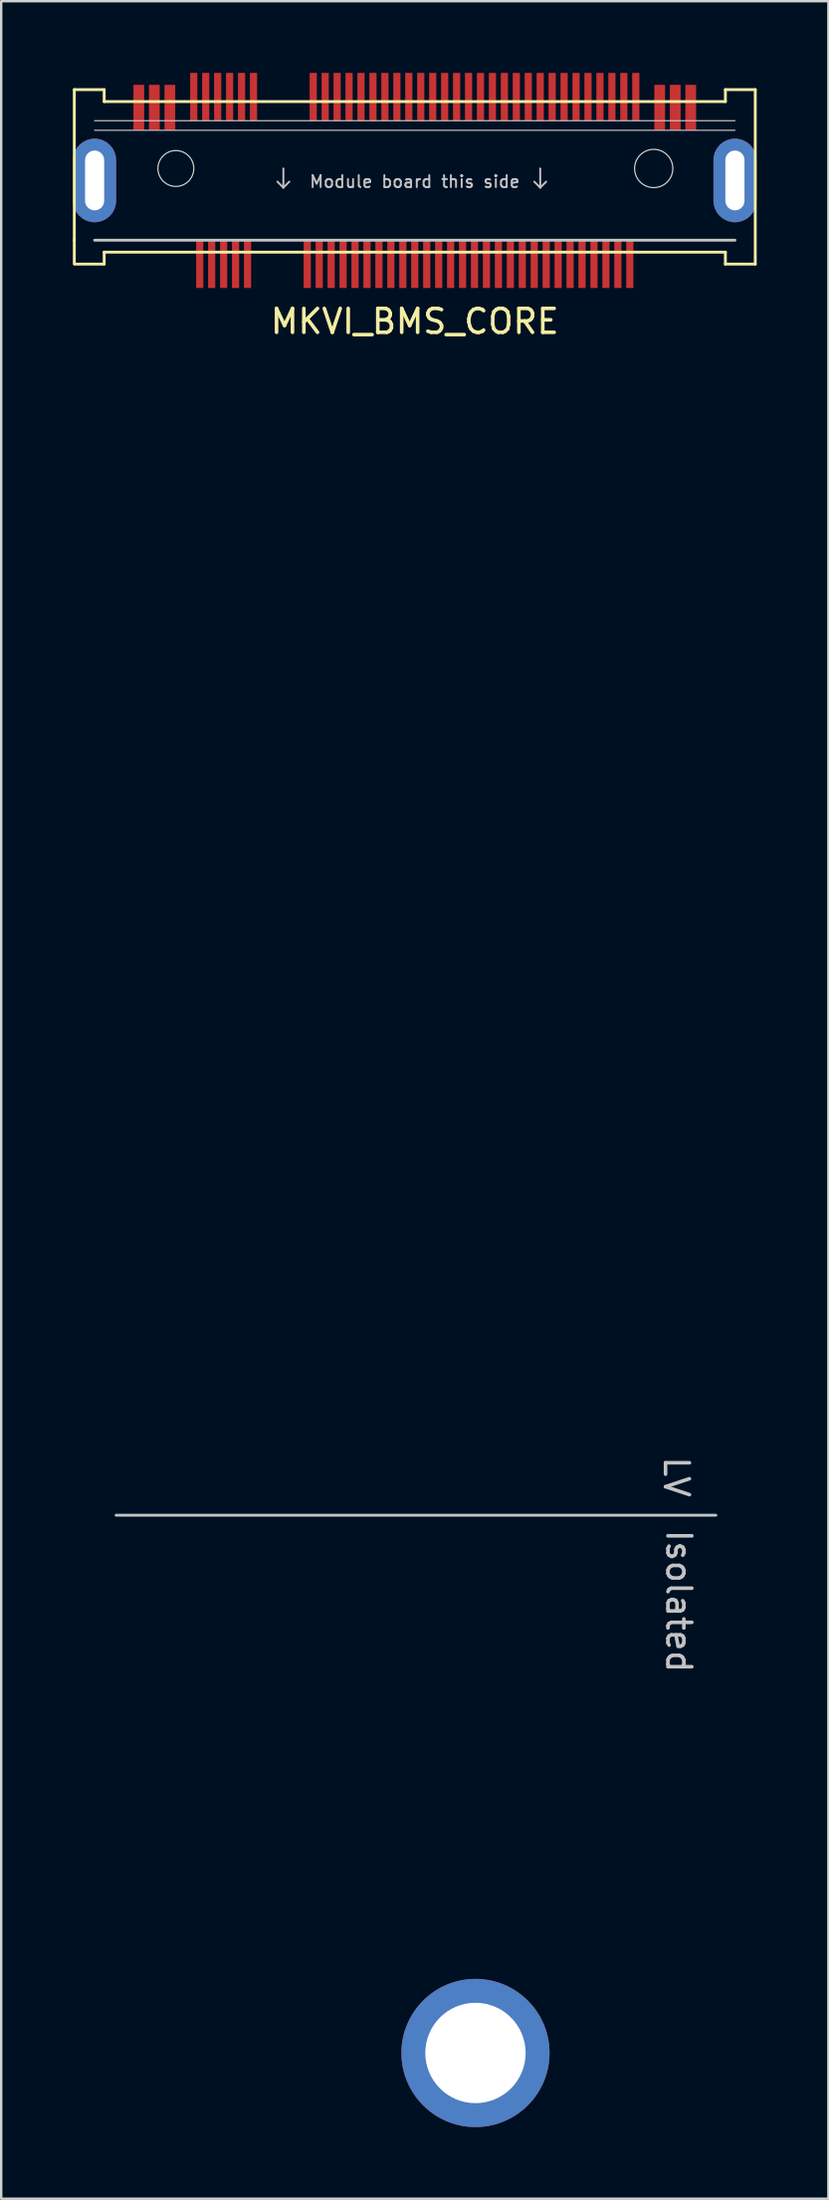
<source format=kicad_pcb>
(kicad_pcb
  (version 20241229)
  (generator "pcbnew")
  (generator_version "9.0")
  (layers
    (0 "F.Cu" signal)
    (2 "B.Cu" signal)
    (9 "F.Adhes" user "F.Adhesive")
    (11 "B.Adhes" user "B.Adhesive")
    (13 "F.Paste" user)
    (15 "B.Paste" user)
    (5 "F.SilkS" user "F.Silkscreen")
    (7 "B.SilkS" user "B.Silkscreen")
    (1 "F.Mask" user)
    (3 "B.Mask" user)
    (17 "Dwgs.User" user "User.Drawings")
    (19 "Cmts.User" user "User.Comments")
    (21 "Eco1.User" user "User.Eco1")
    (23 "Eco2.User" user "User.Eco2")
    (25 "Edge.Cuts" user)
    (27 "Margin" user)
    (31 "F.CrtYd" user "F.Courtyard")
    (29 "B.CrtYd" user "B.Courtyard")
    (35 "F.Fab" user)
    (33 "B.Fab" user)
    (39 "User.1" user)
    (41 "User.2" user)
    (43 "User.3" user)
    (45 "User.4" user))
  (footprint "MKVI_BMS_CORE"
    (layer "F.Cu")
    (at 14.31 4)
    (property "Reference" "MKVI_BMS_CORE" (at 0 6.4 0) (unlocked yes) (layer "F.SilkS") (effects (font (size 1 1) (thickness 0.15))))
    (attr smd)
    (fp_line (start -14.25 -3.3) (end -14.25 3) (stroke (width 0.12) (type solid)) (layer "F.SilkS"))
    (fp_line (start -14.25 3) (end -14.25 4) (stroke (width 0.12) (type solid)) (layer "F.SilkS"))
    (fp_line (start -14.2 4) (end -13 4) (stroke (width 0.12) (type solid)) (layer "F.SilkS"))
    (fp_line (start -13 -3.3) (end -14.25 -3.3) (stroke (width 0.12) (type solid)) (layer "F.SilkS"))
    (fp_line (start -13 -2.8) (end -13 -3.3) (stroke (width 0.12) (type solid)) (layer "F.SilkS"))
    (fp_line (start -13 3.5) (end 13 3.5) (stroke (width 0.12) (type solid)) (layer "F.SilkS"))
    (fp_line (start -13 4) (end -13 3.5) (stroke (width 0.12) (type solid)) (layer "F.SilkS"))
    (fp_line (start 13 -3.3) (end 13 -2.8) (stroke (width 0.12) (type solid)) (layer "F.SilkS"))
    (fp_line (start 13 -2.8) (end -13 -2.8) (stroke (width 0.12) (type solid)) (layer "F.SilkS"))
    (fp_line (start 13 3.5) (end 13 4) (stroke (width 0.12) (type solid)) (layer "F.SilkS"))
    (fp_line (start 13 4) (end 14.25 4) (stroke (width 0.12) (type solid)) (layer "F.SilkS"))
    (fp_line (start 14.25 -3.3) (end 13 -3.3) (stroke (width 0.12) (type solid)) (layer "F.SilkS"))
    (fp_line (start 14.25 4) (end 14.25 -3.3) (stroke (width 0.12) (type solid)) (layer "F.SilkS"))
    (fp_line (start -13.4 -2) (end 13.4 -2) (stroke (width 0.05) (type solid)) (layer "Dwgs.User"))
    (fp_line (start -13.4 -1.6) (end 13.4 -1.6) (stroke (width 0.05) (type solid)) (layer "Dwgs.User"))
    (fp_line (start -13.4 3) (end 13.4 3) (stroke (width 0.12) (type solid)) (layer "Dwgs.User"))
    (fp_line (start -12.5 56.35) (end 12.6 56.35) (stroke (width 0.12) (type solid)) (layer "Dwgs.User"))
    (fp_line (start -5.5 0) (end -5.5 0.8) (stroke (width 0.08) (type solid)) (layer "Dwgs.User"))
    (fp_line (start -5.5 0.8) (end -5.75 0.55) (stroke (width 0.08) (type solid)) (layer "Dwgs.User"))
    (fp_line (start -5.5 0.8) (end -5.25 0.55) (stroke (width 0.08) (type solid)) (layer "Dwgs.User"))
    (fp_line (start 5.25 0) (end 5.25 0.8) (stroke (width 0.08) (type solid)) (layer "Dwgs.User"))
    (fp_line (start 5.25 0.8) (end 5 0.55) (stroke (width 0.08) (type solid)) (layer "Dwgs.User"))
    (fp_line (start 5.25 0.8) (end 5.5 0.55) (stroke (width 0.08) (type solid)) (layer "Dwgs.User"))
    (fp_circle (center -10 0) (end -9.25 0) (stroke (width 0.05) (type solid)) (fill no) (layer "Edge.Cuts"))
    (fp_circle (center 10 0) (end 10.8 0) (stroke (width 0.05) (type solid)) (fill no) (layer "Edge.Cuts"))
    (fp_line (start -12.56 6.482) (end -12.546 6.447) (stroke (width 0.2) (type solid)) (layer "User.1"))
    (fp_line (start -12.549 77.364) (end -12.56 6.482) (stroke (width 0.2) (type solid)) (layer "User.1"))
    (fp_line (start -12.549 77.364) (end -12.549 77.364) (stroke (width 0.2) (type solid)) (layer "User.1"))
    (fp_line (start -12.549 77.364) (end -12.549 77.364) (stroke (width 0.2) (type solid)) (layer "User.1"))
    (fp_line (start -12.546 6.447) (end -12.535 6.443) (stroke (width 0.2) (type solid)) (layer "User.1"))
    (fp_line (start -12.535 0.182) (end -12.528 0.165) (stroke (width 0.2) (type solid)) (layer "User.1"))
    (fp_line (start -12.535 6.443) (end -12.535 0.182) (stroke (width 0.2) (type solid)) (layer "User.1"))
    (fp_line (start -12.533 77.586) (end -12.549 77.364) (stroke (width 0.2) (type solid)) (layer "User.1"))
    (fp_line (start -12.528 0.165) (end -12.328 -0.035) (stroke (width 0.2) (type solid)) (layer "User.1"))
    (fp_line (start -12.486 77.804) (end -12.533 77.586) (stroke (width 0.2) (type solid)) (layer "User.1"))
    (fp_line (start -12.485 0.193) (end -12.485 6.443) (stroke (width 0.2) (type solid)) (layer "User.1"))
    (fp_line (start -12.485 6.443) (end -12.475 6.447) (stroke (width 0.2) (type solid)) (layer "User.1"))
    (fp_line (start -12.475 6.447) (end -12.46 6.482) (stroke (width 0.2) (type solid)) (layer "User.1"))
    (fp_line (start -12.46 6.482) (end -12.449 77.364) (stroke (width 0.2) (type solid)) (layer "User.1"))
    (fp_line (start -12.453 77.373) (end -12.436 77.593) (stroke (width 0.2) (type solid)) (layer "User.1"))
    (fp_line (start -12.449 77.364) (end -12.453 77.373) (stroke (width 0.2) (type solid)) (layer "User.1"))
    (fp_line (start -12.449 77.364) (end -12.449 77.364) (stroke (width 0.2) (type solid)) (layer "User.1"))
    (fp_line (start -12.436 77.593) (end -12.382 77.817) (stroke (width 0.2) (type solid)) (layer "User.1"))
    (fp_line (start -12.407 78.013) (end -12.486 77.804) (stroke (width 0.2) (type solid)) (layer "User.1"))
    (fp_line (start -12.382 77.817) (end -12.293 78.03) (stroke (width 0.2) (type solid)) (layer "User.1"))
    (fp_line (start -12.328 -0.035) (end -12.328 -0.035) (stroke (width 0.2) (type solid)) (layer "User.1"))
    (fp_line (start -12.328 -0.035) (end -12.328 -0.035) (stroke (width 0.2) (type solid)) (layer "User.1"))
    (fp_line (start -12.328 -0.035) (end -12.31 -0.043) (stroke (width 0.2) (type solid)) (layer "User.1"))
    (fp_line (start -12.31 -0.043) (end -12.31 -0.043) (stroke (width 0.2) (type solid)) (layer "User.1"))
    (fp_line (start -12.31 -0.043) (end -6.385 -0.043) (stroke (width 0.2) (type solid)) (layer "User.1"))
    (fp_line (start -12.301 78.208) (end -12.407 78.013) (stroke (width 0.2) (type solid)) (layer "User.1"))
    (fp_line (start -12.3 0.007) (end -12.485 0.193) (stroke (width 0.2) (type solid)) (layer "User.1"))
    (fp_line (start -12.293 78.03) (end -12.173 78.226) (stroke (width 0.2) (type solid)) (layer "User.1"))
    (fp_line (start -12.173 78.226) (end -12.023 78.401) (stroke (width 0.2) (type solid)) (layer "User.1"))
    (fp_line (start -12.167 78.387) (end -12.301 78.208) (stroke (width 0.2) (type solid)) (layer "User.1"))
    (fp_line (start -12.023 78.401) (end -11.848 78.55) (stroke (width 0.2) (type solid)) (layer "User.1"))
    (fp_line (start -12.009 78.544) (end -12.167 78.387) (stroke (width 0.2) (type solid)) (layer "User.1"))
    (fp_line (start -11.848 78.55) (end -11.652 78.67) (stroke (width 0.2) (type solid)) (layer "User.1"))
    (fp_line (start -11.831 78.678) (end -12.009 78.544) (stroke (width 0.2) (type solid)) (layer "User.1"))
    (fp_line (start -11.652 78.67) (end -11.439 78.758) (stroke (width 0.2) (type solid)) (layer "User.1"))
    (fp_line (start -11.635 78.784) (end -11.831 78.678) (stroke (width 0.2) (type solid)) (layer "User.1"))
    (fp_line (start -11.439 78.758) (end -11.215 78.812) (stroke (width 0.2) (type solid)) (layer "User.1"))
    (fp_line (start -11.426 78.862) (end -11.635 78.784) (stroke (width 0.2) (type solid)) (layer "User.1"))
    (fp_line (start -11.215 78.812) (end -10.995 78.829) (stroke (width 0.2) (type solid)) (layer "User.1"))
    (fp_line (start -11.208 78.909) (end -11.426 78.862) (stroke (width 0.2) (type solid)) (layer "User.1"))
    (fp_line (start -10.995 78.829) (end -10.986 78.825) (stroke (width 0.2) (type solid)) (layer "User.1"))
    (fp_line (start -10.986 78.825) (end -10.986 78.825) (stroke (width 0.2) (type solid)) (layer "User.1"))
    (fp_line (start -10.986 78.825) (end -10.986 78.825) (stroke (width 0.2) (type solid)) (layer "User.1"))
    (fp_line (start -10.986 78.825) (end 11.113 78.825) (stroke (width 0.2) (type solid)) (layer "User.1"))
    (fp_line (start -10.986 78.925) (end -11.208 78.909) (stroke (width 0.2) (type solid)) (layer "User.1"))
    (fp_line (start -10.986 78.925) (end -10.986 78.925) (stroke (width 0.2) (type solid)) (layer "User.1"))
    (fp_line (start -8.682 57.321) (end -8.666 57.139) (stroke (width 0.2) (type solid)) (layer "User.1"))
    (fp_line (start -8.682 66.321) (end -8.682 57.321) (stroke (width 0.2) (type solid)) (layer "User.1"))
    (fp_line (start -8.666 57.139) (end -8.619 56.962) (stroke (width 0.2) (type solid)) (layer "User.1"))
    (fp_line (start -8.666 66.503) (end -8.682 66.321) (stroke (width 0.2) (type solid)) (layer "User.1"))
    (fp_line (start -8.619 56.962) (end -8.542 56.796) (stroke (width 0.2) (type solid)) (layer "User.1"))
    (fp_line (start -8.619 66.68) (end -8.666 66.503) (stroke (width 0.2) (type solid)) (layer "User.1"))
    (fp_line (start -8.585 57.314) (end -8.582 57.321) (stroke (width 0.2) (type solid)) (layer "User.1"))
    (fp_line (start -8.585 66.328) (end -8.571 66.487) (stroke (width 0.2) (type solid)) (layer "User.1"))
    (fp_line (start -8.582 57.321) (end -8.582 66.321) (stroke (width 0.2) (type solid)) (layer "User.1"))
    (fp_line (start -8.582 66.321) (end -8.585 66.328) (stroke (width 0.2) (type solid)) (layer "User.1"))
    (fp_line (start -8.571 57.155) (end -8.585 57.314) (stroke (width 0.2) (type solid)) (layer "User.1"))
    (fp_line (start -8.571 66.487) (end -8.528 66.647) (stroke (width 0.2) (type solid)) (layer "User.1"))
    (fp_line (start -8.542 56.796) (end -8.437 56.646) (stroke (width 0.2) (type solid)) (layer "User.1"))
    (fp_line (start -8.542 66.846) (end -8.619 66.68) (stroke (width 0.2) (type solid)) (layer "User.1"))
    (fp_line (start -8.528 56.995) (end -8.571 57.155) (stroke (width 0.2) (type solid)) (layer "User.1"))
    (fp_line (start -8.528 66.647) (end -8.458 66.798) (stroke (width 0.2) (type solid)) (layer "User.1"))
    (fp_line (start -8.458 56.844) (end -8.528 56.995) (stroke (width 0.2) (type solid)) (layer "User.1"))
    (fp_line (start -8.458 66.798) (end -8.363 66.934) (stroke (width 0.2) (type solid)) (layer "User.1"))
    (fp_line (start -8.437 56.646) (end -8.307 56.517) (stroke (width 0.2) (type solid)) (layer "User.1"))
    (fp_line (start -8.437 66.996) (end -8.542 66.846) (stroke (width 0.2) (type solid)) (layer "User.1"))
    (fp_line (start -8.363 56.708) (end -8.458 56.844) (stroke (width 0.2) (type solid)) (layer "User.1"))
    (fp_line (start -8.363 66.934) (end -8.245 67.051) (stroke (width 0.2) (type solid)) (layer "User.1"))
    (fp_line (start -8.307 56.517) (end -8.157 56.412) (stroke (width 0.2) (type solid)) (layer "User.1"))
    (fp_line (start -8.307 67.125) (end -8.437 66.996) (stroke (width 0.2) (type solid)) (layer "User.1"))
    (fp_line (start -8.245 56.59) (end -8.363 56.708) (stroke (width 0.2) (type solid)) (layer "User.1"))
    (fp_line (start -8.245 67.051) (end -8.109 67.147) (stroke (width 0.2) (type solid)) (layer "User.1"))
    (fp_line (start -8.157 56.412) (end -7.991 56.334) (stroke (width 0.2) (type solid)) (layer "User.1"))
    (fp_line (start -8.157 67.23) (end -8.307 67.125) (stroke (width 0.2) (type solid)) (layer "User.1"))
    (fp_line (start -8.109 56.495) (end -8.245 56.59) (stroke (width 0.2) (type solid)) (layer "User.1"))
    (fp_line (start -8.109 67.147) (end -7.958 67.217) (stroke (width 0.2) (type solid)) (layer "User.1"))
    (fp_line (start -7.991 56.334) (end -7.815 56.287) (stroke (width 0.2) (type solid)) (layer "User.1"))
    (fp_line (start -7.991 67.308) (end -8.157 67.23) (stroke (width 0.2) (type solid)) (layer "User.1"))
    (fp_line (start -7.958 56.425) (end -8.109 56.495) (stroke (width 0.2) (type solid)) (layer "User.1"))
    (fp_line (start -7.958 67.217) (end -7.798 67.26) (stroke (width 0.2) (type solid)) (layer "User.1"))
    (fp_line (start -7.815 56.287) (end -7.632 56.271) (stroke (width 0.2) (type solid)) (layer "User.1"))
    (fp_line (start -7.815 67.355) (end -7.991 67.308) (stroke (width 0.2) (type solid)) (layer "User.1"))
    (fp_line (start -7.798 56.382) (end -7.958 56.425) (stroke (width 0.2) (type solid)) (layer "User.1"))
    (fp_line (start -7.798 67.26) (end -7.639 67.274) (stroke (width 0.2) (type solid)) (layer "User.1"))
    (fp_line (start -7.639 56.368) (end -7.798 56.382) (stroke (width 0.2) (type solid)) (layer "User.1"))
    (fp_line (start -7.639 67.274) (end -7.632 67.271) (stroke (width 0.2) (type solid)) (layer "User.1"))
    (fp_line (start -7.632 56.271) (end 8.068 56.271) (stroke (width 0.2) (type solid)) (layer "User.1"))
    (fp_line (start -7.632 56.371) (end -7.639 56.368) (stroke (width 0.2) (type solid)) (layer "User.1"))
    (fp_line (start -7.632 67.271) (end 8.068 67.271) (stroke (width 0.2) (type solid)) (layer "User.1"))
    (fp_line (start -7.632 67.371) (end -7.815 67.355) (stroke (width 0.2) (type solid)) (layer "User.1"))
    (fp_line (start -6.396 0.007) (end -12.3 0.007) (stroke (width 0.2) (type solid)) (layer "User.1"))
    (fp_line (start -6.385 -0.043) (end -6.385 -0.043) (stroke (width 0.2) (type solid)) (layer "User.1"))
    (fp_line (start -6.385 -0.043) (end -6.373 -0.038) (stroke (width 0.2) (type solid)) (layer "User.1"))
    (fp_line (start -6.373 -0.038) (end -6.368 -0.035) (stroke (width 0.2) (type solid)) (layer "User.1"))
    (fp_line (start -6.368 -0.035) (end -6.368 -0.035) (stroke (width 0.2) (type solid)) (layer "User.1"))
    (fp_line (start -6.368 -0.035) (end -6.168 0.165) (stroke (width 0.2) (type solid)) (layer "User.1"))
    (fp_line (start -6.21 0.193) (end -6.396 0.007) (stroke (width 0.2) (type solid)) (layer "User.1"))
    (fp_line (start -6.21 2.882) (end -6.21 0.193) (stroke (width 0.2) (type solid)) (layer "User.1"))
    (fp_line (start -6.192 3.032) (end -6.21 2.882) (stroke (width 0.2) (type solid)) (layer "User.1"))
    (fp_line (start -6.168 0.165) (end -6.16 0.182) (stroke (width 0.2) (type solid)) (layer "User.1"))
    (fp_line (start -6.164 2.89) (end -6.148 3.021) (stroke (width 0.2) (type solid)) (layer "User.1"))
    (fp_line (start -6.16 0.182) (end -6.16 2.882) (stroke (width 0.2) (type solid)) (layer "User.1"))
    (fp_line (start -6.16 2.882) (end -6.164 2.89) (stroke (width 0.2) (type solid)) (layer "User.1"))
    (fp_line (start -6.148 3.021) (end -6.098 3.152) (stroke (width 0.2) (type solid)) (layer "User.1"))
    (fp_line (start -6.139 3.173) (end -6.192 3.032) (stroke (width 0.2) (type solid)) (layer "User.1"))
    (fp_line (start -6.098 3.152) (end -6.019 3.266) (stroke (width 0.2) (type solid)) (layer "User.1"))
    (fp_line (start -6.053 3.297) (end -6.139 3.173) (stroke (width 0.2) (type solid)) (layer "User.1"))
    (fp_line (start -6.019 3.266) (end -5.914 3.359) (stroke (width 0.2) (type solid)) (layer "User.1"))
    (fp_line (start -5.94 3.397) (end -6.053 3.297) (stroke (width 0.2) (type solid)) (layer "User.1"))
    (fp_line (start -5.914 3.359) (end -5.791 3.424) (stroke (width 0.2) (type solid)) (layer "User.1"))
    (fp_line (start -5.807 3.467) (end -5.94 3.397) (stroke (width 0.2) (type solid)) (layer "User.1"))
    (fp_line (start -5.791 3.424) (end -5.655 3.457) (stroke (width 0.2) (type solid)) (layer "User.1"))
    (fp_line (start -5.661 3.503) (end -5.807 3.467) (stroke (width 0.2) (type solid)) (layer "User.1"))
    (fp_line (start -5.655 3.457) (end -5.515 3.457) (stroke (width 0.2) (type solid)) (layer "User.1"))
    (fp_line (start -5.515 3.457) (end -5.38 3.424) (stroke (width 0.2) (type solid)) (layer "User.1"))
    (fp_line (start -5.51 3.503) (end -5.661 3.503) (stroke (width 0.2) (type solid)) (layer "User.1"))
    (fp_line (start -5.38 3.424) (end -5.256 3.359) (stroke (width 0.2) (type solid)) (layer "User.1"))
    (fp_line (start -5.364 3.467) (end -5.51 3.503) (stroke (width 0.2) (type solid)) (layer "User.1"))
    (fp_line (start -5.256 3.359) (end -5.152 3.266) (stroke (width 0.2) (type solid)) (layer "User.1"))
    (fp_line (start -5.23 3.397) (end -5.364 3.467) (stroke (width 0.2) (type solid)) (layer "User.1"))
    (fp_line (start -5.152 3.266) (end -5.072 3.152) (stroke (width 0.2) (type solid)) (layer "User.1"))
    (fp_line (start -5.117 3.297) (end -5.23 3.397) (stroke (width 0.2) (type solid)) (layer "User.1"))
    (fp_line (start -5.072 3.152) (end -5.023 3.021) (stroke (width 0.2) (type solid)) (layer "User.1"))
    (fp_line (start -5.032 3.173) (end -5.117 3.297) (stroke (width 0.2) (type solid)) (layer "User.1"))
    (fp_line (start -5.023 3.021) (end -5.007 2.89) (stroke (width 0.2) (type solid)) (layer "User.1"))
    (fp_line (start -5.01 0.182) (end -5.003 0.165) (stroke (width 0.2) (type solid)) (layer "User.1"))
    (fp_line (start -5.01 2.882) (end -5.01 0.182) (stroke (width 0.2) (type solid)) (layer "User.1"))
    (fp_line (start -5.007 2.89) (end -5.01 2.882) (stroke (width 0.2) (type solid)) (layer "User.1"))
    (fp_line (start -5.003 0.165) (end -4.803 -0.035) (stroke (width 0.2) (type solid)) (layer "User.1"))
    (fp_line (start -4.978 3.032) (end -5.032 3.173) (stroke (width 0.2) (type solid)) (layer "User.1"))
    (fp_line (start -4.96 0.193) (end -4.96 2.882) (stroke (width 0.2) (type solid)) (layer "User.1"))
    (fp_line (start -4.96 2.882) (end -4.978 3.032) (stroke (width 0.2) (type solid)) (layer "User.1"))
    (fp_line (start -4.803 -0.035) (end -4.803 -0.035) (stroke (width 0.2) (type solid)) (layer "User.1"))
    (fp_line (start -4.803 -0.035) (end -4.803 -0.035) (stroke (width 0.2) (type solid)) (layer "User.1"))
    (fp_line (start -4.803 -0.035) (end -4.785 -0.043) (stroke (width 0.2) (type solid)) (layer "User.1"))
    (fp_line (start -4.785 -0.043) (end -4.785 -0.043) (stroke (width 0.2) (type solid)) (layer "User.1"))
    (fp_line (start -4.785 -0.043) (end 12.39 -0.043) (stroke (width 0.2) (type solid)) (layer "User.1"))
    (fp_line (start -4.775 0.007) (end -4.96 0.193) (stroke (width 0.2) (type solid)) (layer "User.1"))
    (fp_line (start 8.068 56.271) (end 8.25 56.287) (stroke (width 0.2) (type solid)) (layer "User.1"))
    (fp_line (start 8.068 56.371) (end -7.632 56.371) (stroke (width 0.2) (type solid)) (layer "User.1"))
    (fp_line (start 8.068 67.271) (end 8.075 67.274) (stroke (width 0.2) (type solid)) (layer "User.1"))
    (fp_line (start 8.068 67.371) (end -7.632 67.371) (stroke (width 0.2) (type solid)) (layer "User.1"))
    (fp_line (start 8.075 56.368) (end 8.068 56.371) (stroke (width 0.2) (type solid)) (layer "User.1"))
    (fp_line (start 8.075 67.274) (end 8.233 67.26) (stroke (width 0.2) (type solid)) (layer "User.1"))
    (fp_line (start 8.233 56.382) (end 8.075 56.368) (stroke (width 0.2) (type solid)) (layer "User.1"))
    (fp_line (start 8.233 67.26) (end 8.394 67.217) (stroke (width 0.2) (type solid)) (layer "User.1"))
    (fp_line (start 8.25 56.287) (end 8.427 56.334) (stroke (width 0.2) (type solid)) (layer "User.1"))
    (fp_line (start 8.25 67.355) (end 8.068 67.371) (stroke (width 0.2) (type solid)) (layer "User.1"))
    (fp_line (start 8.394 56.425) (end 8.233 56.382) (stroke (width 0.2) (type solid)) (layer "User.1"))
    (fp_line (start 8.394 67.217) (end 8.545 67.147) (stroke (width 0.2) (type solid)) (layer "User.1"))
    (fp_line (start 8.427 56.334) (end 8.593 56.412) (stroke (width 0.2) (type solid)) (layer "User.1"))
    (fp_line (start 8.427 67.308) (end 8.25 67.355) (stroke (width 0.2) (type solid)) (layer "User.1"))
    (fp_line (start 8.545 56.495) (end 8.394 56.425) (stroke (width 0.2) (type solid)) (layer "User.1"))
    (fp_line (start 8.545 67.147) (end 8.681 67.051) (stroke (width 0.2) (type solid)) (layer "User.1"))
    (fp_line (start 8.593 56.412) (end 8.743 56.517) (stroke (width 0.2) (type solid)) (layer "User.1"))
    (fp_line (start 8.593 67.23) (end 8.427 67.308) (stroke (width 0.2) (type solid)) (layer "User.1"))
    (fp_line (start 8.681 56.59) (end 8.545 56.495) (stroke (width 0.2) (type solid)) (layer "User.1"))
    (fp_line (start 8.681 67.051) (end 8.798 66.934) (stroke (width 0.2) (type solid)) (layer "User.1"))
    (fp_line (start 8.743 56.517) (end 8.872 56.646) (stroke (width 0.2) (type solid)) (layer "User.1"))
    (fp_line (start 8.743 67.125) (end 8.593 67.23) (stroke (width 0.2) (type solid)) (layer "User.1"))
    (fp_line (start 8.798 56.708) (end 8.681 56.59) (stroke (width 0.2) (type solid)) (layer "User.1"))
    (fp_line (start 8.798 66.934) (end 8.894 66.798) (stroke (width 0.2) (type solid)) (layer "User.1"))
    (fp_line (start 8.872 56.646) (end 8.977 56.796) (stroke (width 0.2) (type solid)) (layer "User.1"))
    (fp_line (start 8.872 66.996) (end 8.743 67.125) (stroke (width 0.2) (type solid)) (layer "User.1"))
    (fp_line (start 8.894 56.844) (end 8.798 56.708) (stroke (width 0.2) (type solid)) (layer "User.1"))
    (fp_line (start 8.894 66.798) (end 8.964 66.647) (stroke (width 0.2) (type solid)) (layer "User.1"))
    (fp_line (start 8.964 56.995) (end 8.894 56.844) (stroke (width 0.2) (type solid)) (layer "User.1"))
    (fp_line (start 8.964 66.647) (end 9.007 66.487) (stroke (width 0.2) (type solid)) (layer "User.1"))
    (fp_line (start 8.977 56.796) (end 9.055 56.962) (stroke (width 0.2) (type solid)) (layer "User.1"))
    (fp_line (start 8.977 66.846) (end 8.872 66.996) (stroke (width 0.2) (type solid)) (layer "User.1"))
    (fp_line (start 9.007 57.155) (end 8.964 56.995) (stroke (width 0.2) (type solid)) (layer "User.1"))
    (fp_line (start 9.007 66.487) (end 9.021 66.328) (stroke (width 0.2) (type solid)) (layer "User.1"))
    (fp_line (start 9.018 57.321) (end 9.021 57.314) (stroke (width 0.2) (type solid)) (layer "User.1"))
    (fp_line (start 9.018 66.321) (end 9.018 57.321) (stroke (width 0.2) (type solid)) (layer "User.1"))
    (fp_line (start 9.021 57.314) (end 9.007 57.155) (stroke (width 0.2) (type solid)) (layer "User.1"))
    (fp_line (start 9.021 66.328) (end 9.018 66.321) (stroke (width 0.2) (type solid)) (layer "User.1"))
    (fp_line (start 9.055 56.962) (end 9.102 57.139) (stroke (width 0.2) (type solid)) (layer "User.1"))
    (fp_line (start 9.055 66.68) (end 8.977 66.846) (stroke (width 0.2) (type solid)) (layer "User.1"))
    (fp_line (start 9.102 57.139) (end 9.118 57.321) (stroke (width 0.2) (type solid)) (layer "User.1"))
    (fp_line (start 9.102 66.503) (end 9.055 66.68) (stroke (width 0.2) (type solid)) (layer "User.1"))
    (fp_line (start 9.118 57.321) (end 9.118 66.321) (stroke (width 0.2) (type solid)) (layer "User.1"))
    (fp_line (start 9.118 66.321) (end 9.102 66.503) (stroke (width 0.2) (type solid)) (layer "User.1"))
    (fp_line (start 11.113 78.825) (end 11.121 78.829) (stroke (width 0.2) (type solid)) (layer "User.1"))
    (fp_line (start 11.113 78.925) (end -10.986 78.925) (stroke (width 0.2) (type solid)) (layer "User.1"))
    (fp_line (start 11.113 78.925) (end 11.113 78.925) (stroke (width 0.2) (type solid)) (layer "User.1"))
    (fp_line (start 11.113 78.925) (end 11.113 78.925) (stroke (width 0.2) (type solid)) (layer "User.1"))
    (fp_line (start 11.113 78.925) (end 11.113 78.925) (stroke (width 0.2) (type solid)) (layer "User.1"))
    (fp_line (start 11.121 78.829) (end 11.34 78.809) (stroke (width 0.2) (type solid)) (layer "User.1"))
    (fp_line (start 11.334 78.906) (end 11.113 78.925) (stroke (width 0.2) (type solid)) (layer "User.1"))
    (fp_line (start 11.34 78.809) (end 11.563 78.753) (stroke (width 0.2) (type solid)) (layer "User.1"))
    (fp_line (start 11.551 78.857) (end 11.334 78.906) (stroke (width 0.2) (type solid)) (layer "User.1"))
    (fp_line (start 11.563 78.753) (end 11.773 78.662) (stroke (width 0.2) (type solid)) (layer "User.1"))
    (fp_line (start 11.758 78.777) (end 11.551 78.857) (stroke (width 0.2) (type solid)) (layer "User.1"))
    (fp_line (start 11.773 78.662) (end 11.967 78.54) (stroke (width 0.2) (type solid)) (layer "User.1"))
    (fp_line (start 11.952 78.668) (end 11.758 78.777) (stroke (width 0.2) (type solid)) (layer "User.1"))
    (fp_line (start 11.967 78.54) (end 12.14 78.389) (stroke (width 0.2) (type solid)) (layer "User.1"))
    (fp_line (start 12.128 78.533) (end 11.952 78.668) (stroke (width 0.2) (type solid)) (layer "User.1"))
    (fp_line (start 12.14 78.389) (end 12.286 78.213) (stroke (width 0.2) (type solid)) (layer "User.1"))
    (fp_line (start 12.283 78.374) (end 12.128 78.533) (stroke (width 0.2) (type solid)) (layer "User.1"))
    (fp_line (start 12.286 78.213) (end 12.404 78.016) (stroke (width 0.2) (type solid)) (layer "User.1"))
    (fp_line (start 12.379 0.007) (end -4.775 0.007) (stroke (width 0.2) (type solid)) (layer "User.1"))
    (fp_line (start 12.39 -0.043) (end 12.39 -0.043) (stroke (width 0.2) (type solid)) (layer "User.1"))
    (fp_line (start 12.39 -0.043) (end 12.402 -0.038) (stroke (width 0.2) (type solid)) (layer "User.1"))
    (fp_line (start 12.402 -0.038) (end 12.407 -0.035) (stroke (width 0.2) (type solid)) (layer "User.1"))
    (fp_line (start 12.404 78.016) (end 12.489 77.804) (stroke (width 0.2) (type solid)) (layer "User.1"))
    (fp_line (start 12.407 -0.035) (end 12.407 -0.035) (stroke (width 0.2) (type solid)) (layer "User.1"))
    (fp_line (start 12.407 -0.035) (end 12.607 0.165) (stroke (width 0.2) (type solid)) (layer "User.1"))
    (fp_line (start 12.414 78.195) (end 12.283 78.374) (stroke (width 0.2) (type solid)) (layer "User.1"))
    (fp_line (start 12.489 77.804) (end 12.54 77.58) (stroke (width 0.2) (type solid)) (layer "User.1"))
    (fp_line (start 12.518 77.998) (end 12.414 78.195) (stroke (width 0.2) (type solid)) (layer "User.1"))
    (fp_line (start 12.54 6.482) (end 12.554 6.447) (stroke (width 0.2) (type solid)) (layer "User.1"))
    (fp_line (start 12.54 77.58) (end 12.555 77.361) (stroke (width 0.2) (type solid)) (layer "User.1"))
    (fp_line (start 12.551 77.351) (end 12.54 6.482) (stroke (width 0.2) (type solid)) (layer "User.1"))
    (fp_line (start 12.551 77.351) (end 12.551 77.351) (stroke (width 0.2) (type solid)) (layer "User.1"))
    (fp_line (start 12.551 77.352) (end 12.551 77.351) (stroke (width 0.2) (type solid)) (layer "User.1"))
    (fp_line (start 12.554 6.447) (end 12.565 6.443) (stroke (width 0.2) (type solid)) (layer "User.1"))
    (fp_line (start 12.555 77.361) (end 12.551 77.352) (stroke (width 0.2) (type solid)) (layer "User.1"))
    (fp_line (start 12.565 0.193) (end 12.379 0.007) (stroke (width 0.2) (type solid)) (layer "User.1"))
    (fp_line (start 12.565 6.443) (end 12.565 0.193) (stroke (width 0.2) (type solid)) (layer "User.1"))
    (fp_line (start 12.593 77.79) (end 12.518 77.998) (stroke (width 0.2) (type solid)) (layer "User.1"))
    (fp_line (start 12.607 0.165) (end 12.615 0.182) (stroke (width 0.2) (type solid)) (layer "User.1"))
    (fp_line (start 12.615 0.182) (end 12.615 6.443) (stroke (width 0.2) (type solid)) (layer "User.1"))
    (fp_line (start 12.615 6.443) (end 12.625 6.447) (stroke (width 0.2) (type solid)) (layer "User.1"))
    (fp_line (start 12.625 6.447) (end 12.64 6.482) (stroke (width 0.2) (type solid)) (layer "User.1"))
    (fp_line (start 12.637 77.572) (end 12.593 77.79) (stroke (width 0.2) (type solid)) (layer "User.1"))
    (fp_line (start 12.64 6.482) (end 12.651 77.351) (stroke (width 0.2) (type solid)) (layer "User.1"))
    (fp_line (start 12.651 77.351) (end 12.651 77.351) (stroke (width 0.2) (type solid)) (layer "User.1"))
    (fp_line (start 12.651 77.351) (end 12.637 77.572) (stroke (width 0.2) (type solid)) (layer "User.1"))
    (fp_text user "Module board this side" (at 0 0.55 0) (unlocked yes) (layer "Dwgs.User") (effects (font (size 0.5 0.5) (thickness 0.08))))
    (fp_text user "LV" (at 10.95 54.75 270) (unlocked yes) (layer "Dwgs.User") (effects (font (size 1 1) (thickness 0.15))))
    (fp_text user "Isolated" (at 11.05 59.95 270) (unlocked yes) (layer "Dwgs.User") (effects (font (size 1 1) (thickness 0.15))))
    (pad "1" thru_hole circle (at 2.54 78.85) (size 6.2 6.2) (drill 4.2) (layers "*.Cu" "F.Mask" "F.Paste"))
    (pad "4" smd rect (at -9.25 -3) (size 0.3 2) (layers "F.Cu" "F.Mask" "F.Paste"))
    (pad "5" smd rect (at -8.75 -3) (size 0.3 2) (layers "F.Cu" "F.Mask" "F.Paste"))
    (pad "6" smd rect (at -8.25 -3) (size 0.3 2) (layers "F.Cu" "F.Mask" "F.Paste"))
    (pad "7" smd rect (at -7.75 -3) (size 0.3 2) (layers "F.Cu" "F.Mask" "F.Paste"))
    (pad "8" smd rect (at -7.25 -3) (size 0.3 2) (layers "F.Cu" "F.Mask" "F.Paste"))
    (pad "9" smd rect (at -6.75 -3) (size 0.3 2) (layers "F.Cu" "F.Mask" "F.Paste"))
    (pad "10" smd rect (at -4.25 -3) (size 0.3 2) (layers "F.Cu" "F.Mask" "F.Paste"))
    (pad "11" smd rect (at -3.75 -3) (size 0.3 2) (layers "F.Cu" "F.Mask" "F.Paste"))
    (pad "12" smd rect (at -3.25 -3) (size 0.3 2) (layers "F.Cu" "F.Mask" "F.Paste"))
    (pad "13" smd rect (at -2.75 -3) (size 0.3 2) (layers "F.Cu" "F.Mask" "F.Paste"))
    (pad "14" smd rect (at -2.25 -3) (size 0.3 2) (layers "F.Cu" "F.Mask" "F.Paste"))
    (pad "15" smd rect (at -1.75 -3) (size 0.3 2) (layers "F.Cu" "F.Mask" "F.Paste"))
    (pad "16" smd rect (at -1.25 -3) (size 0.3 2) (layers "F.Cu" "F.Mask" "F.Paste"))
    (pad "17" smd rect (at -0.75 -3) (size 0.3 2) (layers "F.Cu" "F.Mask" "F.Paste"))
    (pad "18" smd rect (at -0.25 -3) (size 0.3 2) (layers "F.Cu" "F.Mask" "F.Paste"))
    (pad "19" smd rect (at 0.25 -3) (size 0.3 2) (layers "F.Cu" "F.Mask" "F.Paste"))
    (pad "20" smd rect (at 0.75 -3) (size 0.3 2) (layers "F.Cu" "F.Mask" "F.Paste"))
    (pad "21" smd rect (at 1.25 -3) (size 0.3 2) (layers "F.Cu" "F.Mask" "F.Paste"))
    (pad "22" smd rect (at 1.75 -3) (size 0.3 2) (layers "F.Cu" "F.Mask" "F.Paste"))
    (pad "23" smd rect (at 2.25 -3) (size 0.3 2) (layers "F.Cu" "F.Mask" "F.Paste"))
    (pad "24" smd rect (at 2.75 -3) (size 0.3 2) (layers "F.Cu" "F.Mask" "F.Paste"))
    (pad "25" smd rect (at 3.25 -3) (size 0.3 2) (layers "F.Cu" "F.Mask" "F.Paste"))
    (pad "26" smd rect (at 3.75 -3) (size 0.3 2) (layers "F.Cu" "F.Mask" "F.Paste"))
    (pad "27" smd rect (at 4.25 -3) (size 0.3 2) (layers "F.Cu" "F.Mask" "F.Paste"))
    (pad "28" smd rect (at 4.75 -3) (size 0.3 2) (layers "F.Cu" "F.Mask" "F.Paste"))
    (pad "29" smd rect (at 5.25 -3) (size 0.3 2) (layers "F.Cu" "F.Mask" "F.Paste"))
    (pad "30" smd rect (at 5.75 -3) (size 0.3 2) (layers "F.Cu" "F.Mask" "F.Paste"))
    (pad "31" smd rect (at 6.25 -3) (size 0.3 2) (layers "F.Cu" "F.Mask" "F.Paste"))
    (pad "32" smd rect (at 6.75 -3) (size 0.3 2) (layers "F.Cu" "F.Mask" "F.Paste"))
    (pad "33" smd rect (at 7.25 -3) (size 0.3 2) (layers "F.Cu" "F.Mask" "F.Paste"))
    (pad "34" smd rect (at 7.75 -3) (size 0.3 2) (layers "F.Cu" "F.Mask" "F.Paste"))
    (pad "35" smd rect (at 8.25 -3) (size 0.3 2) (layers "F.Cu" "F.Mask" "F.Paste"))
    (pad "36" smd rect (at 8.75 -3) (size 0.3 2) (layers "F.Cu" "F.Mask" "F.Paste"))
    (pad "37" smd rect (at 9.25 -3) (size 0.3 2) (layers "F.Cu" "F.Mask" "F.Paste"))
    (pad "41" smd rect (at -9 4) (size 0.3 2) (layers "F.Cu" "F.Mask" "F.Paste"))
    (pad "42" smd rect (at -8.5 4) (size 0.3 2) (layers "F.Cu" "F.Mask" "F.Paste"))
    (pad "43" smd rect (at -8 4) (size 0.3 2) (layers "F.Cu" "F.Mask" "F.Paste"))
    (pad "44" smd rect (at -7.5 4) (size 0.3 2) (layers "F.Cu" "F.Mask" "F.Paste"))
    (pad "45" smd rect (at -7 4) (size 0.3 2) (layers "F.Cu" "F.Mask" "F.Paste"))
    (pad "46" smd rect (at -4.5 4) (size 0.3 2) (layers "F.Cu" "F.Mask" "F.Paste"))
    (pad "47" smd rect (at -4 4) (size 0.3 2) (layers "F.Cu" "F.Mask" "F.Paste"))
    (pad "48" smd rect (at -3.5 4) (size 0.3 2) (layers "F.Cu" "F.Mask" "F.Paste"))
    (pad "49" smd rect (at -3 4) (size 0.3 2) (layers "F.Cu" "F.Mask" "F.Paste"))
    (pad "50" smd rect (at -2.5 4) (size 0.3 2) (layers "F.Cu" "F.Mask" "F.Paste"))
    (pad "51" smd rect (at -2 4) (size 0.3 2) (layers "F.Cu" "F.Mask" "F.Paste"))
    (pad "52" smd rect (at -1.5 4) (size 0.3 2) (layers "F.Cu" "F.Mask" "F.Paste"))
    (pad "53" smd rect (at -1 4) (size 0.3 2) (layers "F.Cu" "F.Mask" "F.Paste"))
    (pad "54" smd rect (at -0.5 4) (size 0.3 2) (layers "F.Cu" "F.Mask" "F.Paste"))
    (pad "55" smd rect (at 0 4) (size 0.3 2) (layers "F.Cu" "F.Mask" "F.Paste"))
    (pad "56" smd rect (at 0.5 4) (size 0.3 2) (layers "F.Cu" "F.Mask" "F.Paste"))
    (pad "57" smd rect (at 1 4) (size 0.3 2) (layers "F.Cu" "F.Mask" "F.Paste"))
    (pad "58" smd rect (at 1.5 4) (size 0.3 2) (layers "F.Cu" "F.Mask" "F.Paste"))
    (pad "59" smd rect (at 2 4) (size 0.3 2) (layers "F.Cu" "F.Mask" "F.Paste"))
    (pad "60" smd rect (at 2.5 4) (size 0.3 2) (layers "F.Cu" "F.Mask" "F.Paste"))
    (pad "61" smd rect (at 3 4) (size 0.3 2) (layers "F.Cu" "F.Mask" "F.Paste"))
    (pad "62" smd rect (at 3.5 4) (size 0.3 2) (layers "F.Cu" "F.Mask" "F.Paste"))
    (pad "63" smd rect (at 4 4) (size 0.3 2) (layers "F.Cu" "F.Mask" "F.Paste"))
    (pad "64" smd rect (at 4.5 4) (size 0.3 2) (layers "F.Cu" "F.Mask" "F.Paste"))
    (pad "65" smd rect (at 5 4) (size 0.3 2) (layers "F.Cu" "F.Mask" "F.Paste"))
    (pad "66" smd rect (at 5.5 4) (size 0.3 2) (layers "F.Cu" "F.Mask" "F.Paste"))
    (pad "67" smd rect (at 6 4) (size 0.3 2) (layers "F.Cu" "F.Mask" "F.Paste"))
    (pad "68" smd rect (at 6.5 4) (size 0.3 2) (layers "F.Cu" "F.Mask" "F.Paste"))
    (pad "69" smd rect (at 7 4) (size 0.3 2) (layers "F.Cu" "F.Mask" "F.Paste"))
    (pad "70" smd rect (at 7.5 4) (size 0.3 2) (layers "F.Cu" "F.Mask" "F.Paste"))
    (pad "71" smd rect (at 8 4) (size 0.3 2) (layers "F.Cu" "F.Mask" "F.Paste"))
    (pad "72" smd rect (at 8.5 4) (size 0.3 2) (layers "F.Cu" "F.Mask" "F.Paste"))
    (pad "73" smd rect (at 9 4) (size 0.3 2) (layers "F.Cu" "F.Mask" "F.Paste"))
    (pad "75" thru_hole roundrect (at -13.4 0.5) (size 1.8 3.5) (drill oval 0.8 2.5) (layers "*.Cu" "*.Mask") (roundrect_rratio 0.5))
    (pad "76" thru_hole roundrect (at 13.4 0.5) (size 1.8 3.5) (drill oval 0.8 2.5) (layers "*.Cu" "*.Mask") (roundrect_rratio 0.5))
    (pad "P1" smd rect (at -11.55 -2.55) (size 0.45 1.9) (layers "F.Cu" "F.Mask" "F.Paste"))
    (pad "P2" smd rect (at -10.9 -2.55) (size 0.45 1.9) (layers "F.Cu" "F.Mask" "F.Paste"))
    (pad "P3" smd rect (at -10.25 -2.55) (size 0.45 1.9) (layers "F.Cu" "F.Mask" "F.Paste"))
    (pad "P38" smd rect (at 10.25 -2.55) (size 0.45 1.9) (layers "F.Cu" "F.Mask" "F.Paste"))
    (pad "P39" smd rect (at 10.9 -2.55) (size 0.45 1.9) (layers "F.Cu" "F.Mask" "F.Paste"))
    (pad "P40" smd rect (at 11.55 -2.55) (size 0.45 1.9) (layers "F.Cu" "F.Mask" "F.Paste"))
    (zone (net_name "") (layers "F.Cu" "Dwgs.User") (hatch edge 0.508) (connect_pads) (min_thickness 0.254) (filled_areas_thickness no) (keepout (tracks allowed) (vias allowed) (pads allowed) (copperpour allowed) (footprints not_allowed)) (placement (enabled no)) (fill) (polygon (pts (xy 1.31 1.2) (xy 27.31 1.2) (xy 27.31 0.7) (xy 28.56 0.7) (xy 28.56 8) (xy 27.31 8) (xy 27.31 7.5) (xy 1.31 7.5) (xy 1.31 8) (xy 0.06 8) (xy 0.06 0.7) (xy 1.31 0.7)))))
  (gr_rect
    (start -3 -3)
    (end 31.62 88.95)
    (stroke (width 0.1) (type default))
    (fill no)
    (layer "Edge.Cuts")))
</source>
